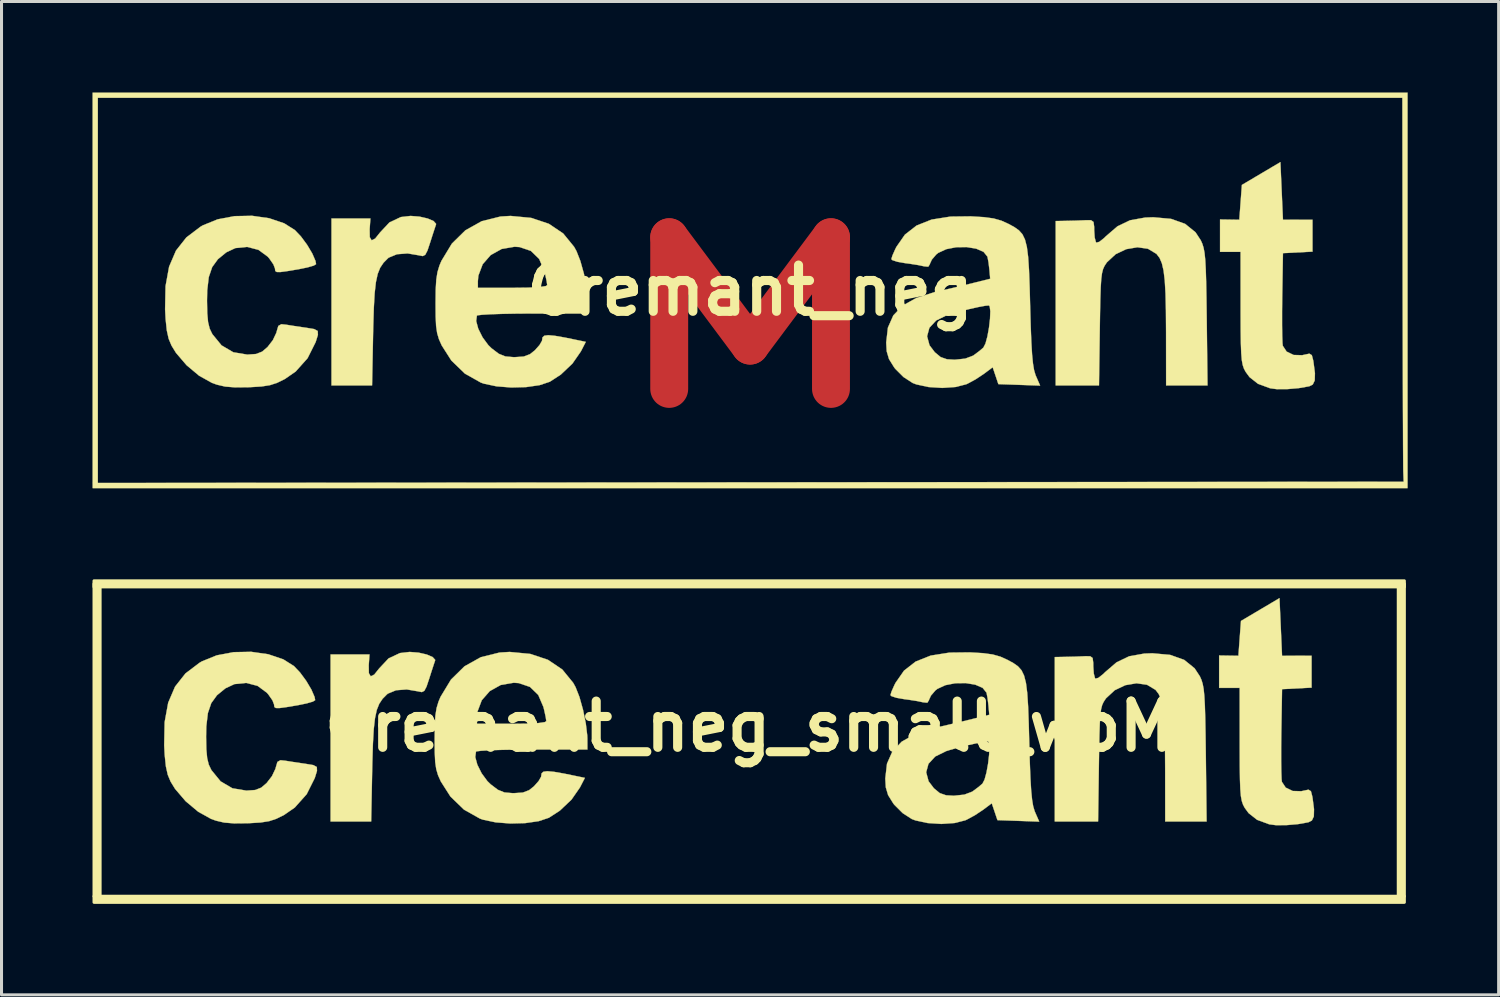
<source format=kicad_pcb>
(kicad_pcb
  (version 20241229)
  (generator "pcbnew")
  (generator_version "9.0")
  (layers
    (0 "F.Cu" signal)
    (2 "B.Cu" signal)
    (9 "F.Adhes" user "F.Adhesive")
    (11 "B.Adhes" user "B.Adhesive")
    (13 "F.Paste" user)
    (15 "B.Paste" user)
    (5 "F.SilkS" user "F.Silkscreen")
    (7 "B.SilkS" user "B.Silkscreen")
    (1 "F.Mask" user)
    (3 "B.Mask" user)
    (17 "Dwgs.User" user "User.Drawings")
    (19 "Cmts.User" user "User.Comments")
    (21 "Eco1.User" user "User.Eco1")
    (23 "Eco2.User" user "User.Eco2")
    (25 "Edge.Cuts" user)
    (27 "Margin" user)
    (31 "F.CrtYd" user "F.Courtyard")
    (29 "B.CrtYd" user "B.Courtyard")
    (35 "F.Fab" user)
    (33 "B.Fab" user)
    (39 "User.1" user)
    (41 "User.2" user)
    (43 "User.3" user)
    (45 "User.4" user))
  (footprint "Cremant_neg_small_woM"
    (layer "F.Cu")
    (at 21.65 20.899)
    (property "Reference" "Cremant_neg_small_woM" (at 0 0 0) (layer "F.SilkS") (effects (font (size 1.524 1.524) (thickness 0.3))))
    (attr through_hole)
    (fp_poly (pts (xy 4 4) (xy -4 4) (xy -4 -3) (xy 4 -3)) (stroke (width 0.1) (type solid)) (fill yes) (layer "F.Mask"))
    (fp_poly (pts (xy -21.4 5.6) (xy -21.6 5.6) (xy -21.6 -4.7) (xy -21.4 -4.7)) (stroke (width 0.1) (type solid)) (fill yes) (layer "F.SilkS"))
    (fp_poly (pts (xy 21.6 -4.6) (xy -21.6 -4.6) (xy -21.6 -4.8) (xy 21.6 -4.8)) (stroke (width 0.1) (type solid)) (fill yes) (layer "F.SilkS"))
    (fp_poly (pts (xy 21.6 5.6) (xy 21.4 5.6) (xy 21.4 -4.7) (xy 21.6 -4.7)) (stroke (width 0.1) (type solid)) (fill yes) (layer "F.SilkS"))
    (fp_poly (pts (xy 21.6 5.8) (xy -21.6 5.8) (xy -21.6 5.6) (xy 21.6 5.6)) (stroke (width 0.1) (type solid)) (fill yes) (layer "F.SilkS"))
    (fp_poly (pts (xy -10.9 -2.432) (xy -10.633 -2.371) (xy -10.436 -2.287) (xy -10.353 -2.195) (xy -10.356 -2.17) (xy -10.399 -2.042) (xy -10.475 -1.809) (xy -10.547 -1.583) (xy -10.637 -1.313) (xy -10.71 -1.173) (xy -10.792 -1.131) (xy -10.912 -1.154) (xy -10.918 -1.156) (xy -11.291 -1.219) (xy -11.643 -1.192) (xy -11.912 -1.081) (xy -11.945 -1.054) (xy -12.086 -0.911) (xy -12.196 -0.748) (xy -12.278 -0.543) (xy -12.337 -0.27) (xy -12.378 0.093) (xy -12.405 0.57) (xy -12.424 1.185) (xy -12.429 1.418) (xy -12.463 3.133) (xy -13.801 3.133) (xy -13.801 -2.371) (xy -12.518 -2.371) (xy -12.543 -2.017) (xy -12.539 -1.755) (xy -12.478 -1.651) (xy -12.362 -1.708) (xy -12.199 -1.911) (xy -11.89 -2.241) (xy -11.514 -2.418) (xy -11.193 -2.455) (xy -10.9 -2.432)) (stroke (width 0.01) (type solid)) (fill yes) (layer "F.SilkS"))
    (fp_poly (pts (xy 17.526 -3.279) (xy 17.568 -2.328) (xy 18.542 -2.33) (xy 18.542 -1.278) (xy 17.568 -1.228) (xy 17.544 0.212) (xy 17.539 0.7) (xy 17.539 1.139) (xy 17.544 1.496) (xy 17.553 1.74) (xy 17.563 1.827) (xy 17.689 2.018) (xy 17.92 2.129) (xy 18.202 2.137) (xy 18.273 2.121) (xy 18.439 2.086) (xy 18.52 2.136) (xy 18.565 2.307) (xy 18.574 2.358) (xy 18.622 2.729) (xy 18.616 2.968) (xy 18.551 3.103) (xy 18.436 3.161) (xy 18.091 3.222) (xy 17.71 3.255) (xy 17.363 3.256) (xy 17.145 3.227) (xy 16.746 3.08) (xy 16.465 2.859) (xy 16.336 2.683) (xy 16.282 2.58) (xy 16.241 2.46) (xy 16.211 2.297) (xy 16.192 2.067) (xy 16.18 1.747) (xy 16.174 1.312) (xy 16.172 0.738) (xy 16.172 0.572) (xy 16.171 -1.27) (xy 15.494 -1.27) (xy 15.494 -2.338) (xy 16.129 -2.328) (xy 16.171 -2.903) (xy 16.214 -3.477) (xy 16.849 -3.853) (xy 17.484 -4.229) (xy 17.526 -3.279)) (stroke (width 0.01) (type solid)) (fill yes) (layer "F.SilkS"))
    (fp_poly (pts (xy 13.879 -2.358) (xy 14.341 -2.194) (xy 14.685 -1.916) (xy 14.859 -1.651) (xy 14.911 -1.535) (xy 14.951 -1.404) (xy 14.983 -1.236) (xy 15.006 -1.009) (xy 15.023 -0.7) (xy 15.036 -0.288) (xy 15.046 0.25) (xy 15.055 0.91) (xy 15.081 3.133) (xy 13.716 3.133) (xy 13.714 1.376) (xy 13.709 0.666) (xy 13.696 0.105) (xy 13.671 -0.328) (xy 13.632 -0.654) (xy 13.576 -0.893) (xy 13.502 -1.067) (xy 13.405 -1.195) (xy 13.396 -1.205) (xy 13.116 -1.373) (xy 12.77 -1.422) (xy 12.4 -1.359) (xy 12.052 -1.193) (xy 11.768 -0.93) (xy 11.746 -0.9) (xy 11.684 -0.805) (xy 11.637 -0.702) (xy 11.602 -0.565) (xy 11.577 -0.372) (xy 11.56 -0.098) (xy 11.547 0.281) (xy 11.537 0.788) (xy 11.53 1.249) (xy 11.503 3.133) (xy 10.075 3.133) (xy 10.075 -2.286) (xy 10.435 -2.293) (xy 10.741 -2.3) (xy 11.03 -2.312) (xy 11.07 -2.314) (xy 11.243 -2.313) (xy 11.323 -2.256) (xy 11.344 -2.096) (xy 11.345 -1.973) (xy 11.361 -1.743) (xy 11.4 -1.595) (xy 11.417 -1.574) (xy 11.514 -1.602) (xy 11.67 -1.725) (xy 11.735 -1.789) (xy 12.112 -2.113) (xy 12.528 -2.312) (xy 13.026 -2.401) (xy 13.293 -2.411) (xy 13.879 -2.358)) (stroke (width 0.01) (type solid)) (fill yes) (layer "F.SilkS"))
    (fp_poly (pts (xy -15.856 -2.379) (xy -15.36 -2.211) (xy -15.007 -1.988) (xy -14.807 -1.777) (xy -14.605 -1.503) (xy -14.435 -1.217) (xy -14.329 -0.972) (xy -14.309 -0.865) (xy -14.385 -0.818) (xy -14.588 -0.759) (xy -14.873 -0.7) (xy -14.903 -0.695) (xy -15.261 -0.635) (xy -15.484 -0.605) (xy -15.605 -0.606) (xy -15.654 -0.639) (xy -15.663 -0.706) (xy -15.663 -0.718) (xy -15.716 -0.857) (xy -15.849 -1.049) (xy -15.901 -1.11) (xy -16.209 -1.337) (xy -16.582 -1.434) (xy -16.97 -1.395) (xy -17.267 -1.256) (xy -17.546 -1.028) (xy -17.735 -0.768) (xy -17.847 -0.438) (xy -17.898 -0.002) (xy -17.905 0.34) (xy -17.897 0.755) (xy -17.87 1.047) (xy -17.817 1.261) (xy -17.731 1.44) (xy -17.427 1.812) (xy -17.038 2.04) (xy -16.576 2.117) (xy -16.289 2.097) (xy -16.089 2.02) (xy -15.91 1.868) (xy -15.734 1.64) (xy -15.618 1.395) (xy -15.608 1.353) (xy -15.554 1.171) (xy -15.454 1.115) (xy -15.291 1.132) (xy -15.041 1.172) (xy -14.73 1.218) (xy -14.626 1.233) (xy -14.371 1.275) (xy -14.255 1.338) (xy -14.249 1.466) (xy -14.322 1.702) (xy -14.589 2.235) (xy -14.982 2.675) (xy -15.338 2.921) (xy -15.591 3.046) (xy -15.828 3.124) (xy -16.107 3.168) (xy -16.488 3.191) (xy -16.552 3.193) (xy -16.983 3.197) (xy -17.306 3.171) (xy -17.578 3.108) (xy -17.742 3.049) (xy -18.166 2.813) (xy -18.58 2.466) (xy -18.928 2.059) (xy -19.075 1.82) (xy -19.169 1.596) (xy -19.231 1.318) (xy -19.27 0.944) (xy -19.287 0.625) (xy -19.272 -0.141) (xy -19.155 -0.782) (xy -18.928 -1.312) (xy -18.586 -1.746) (xy -18.122 -2.098) (xy -18.044 -2.144) (xy -17.554 -2.343) (xy -16.997 -2.448) (xy -16.417 -2.459) (xy -15.856 -2.379)) (stroke (width 0.01) (type solid)) (fill yes) (layer "F.SilkS"))
    (fp_poly (pts (xy -7.217 -2.39) (xy -6.636 -2.196) (xy -6.162 -1.877) (xy -5.802 -1.436) (xy -5.724 -1.295) (xy -5.596 -0.97) (xy -5.478 -0.547) (xy -5.387 -0.101) (xy -5.339 0.298) (xy -5.335 0.402) (xy -5.334 0.762) (xy -7.149 0.762) (xy -7.686 0.765) (xy -8.164 0.774) (xy -8.558 0.787) (xy -8.842 0.804) (xy -8.991 0.823) (xy -9.007 0.831) (xy -9.031 1.01) (xy -8.962 1.265) (xy -8.822 1.545) (xy -8.633 1.802) (xy -8.525 1.908) (xy -8.285 2.09) (xy -8.07 2.177) (xy -7.797 2.201) (xy -7.758 2.201) (xy -7.462 2.181) (xy -7.255 2.102) (xy -7.095 1.974) (xy -6.942 1.801) (xy -6.861 1.661) (xy -6.858 1.64) (xy -6.844 1.548) (xy -6.784 1.494) (xy -6.657 1.477) (xy -6.436 1.497) (xy -6.1 1.556) (xy -5.623 1.654) (xy -5.608 1.657) (xy -5.417 1.697) (xy -5.58 2.013) (xy -5.857 2.412) (xy -6.24 2.775) (xy -6.604 3.012) (xy -6.941 3.124) (xy -7.384 3.188) (xy -7.876 3.201) (xy -8.359 3.163) (xy -8.777 3.075) (xy -8.878 3.039) (xy -9.404 2.743) (xy -9.85 2.311) (xy -10.167 1.814) (xy -10.258 1.61) (xy -10.317 1.411) (xy -10.352 1.175) (xy -10.367 0.857) (xy -10.37 0.423) (xy -10.365 -0.028) (xy -10.349 -0.305) (xy -8.975 -0.305) (xy -8.975 -0.085) (xy -7.832 -0.085) (xy -7.31 -0.091) (xy -6.943 -0.111) (xy -6.736 -0.142) (xy -6.689 -0.174) (xy -6.708 -0.305) (xy -6.757 -0.532) (xy -6.784 -0.641) (xy -6.954 -1.037) (xy -7.227 -1.302) (xy -7.597 -1.428) (xy -7.765 -1.439) (xy -8.191 -1.366) (xy -8.552 -1.165) (xy -8.817 -0.862) (xy -8.959 -0.486) (xy -8.975 -0.305) (xy -10.349 -0.305) (xy -10.346 -0.355) (xy -10.307 -0.602) (xy -10.243 -0.815) (xy -10.176 -0.974) (xy -9.831 -1.544) (xy -9.385 -1.982) (xy -8.847 -2.282) (xy -8.23 -2.435) (xy -7.898 -2.455) (xy -7.217 -2.39)) (stroke (width 0.01) (type solid)) (fill yes) (layer "F.SilkS"))
    (fp_poly (pts (xy 7.711 -2.415) (xy 8.027 -2.372) (xy 8.282 -2.3) (xy 8.516 -2.194) (xy 8.709 -2.089) (xy 8.861 -1.982) (xy 8.978 -1.851) (xy 9.063 -1.675) (xy 9.125 -1.432) (xy 9.167 -1.103) (xy 9.196 -0.665) (xy 9.217 -0.096) (xy 9.233 0.508) (xy 9.252 1.185) (xy 9.273 1.714) (xy 9.297 2.117) (xy 9.327 2.415) (xy 9.363 2.631) (xy 9.409 2.786) (xy 9.422 2.819) (xy 9.562 3.139) (xy 8.185 3.09) (xy 8.092 2.813) (xy 7.998 2.535) (xy 7.703 2.755) (xy 7.439 2.93) (xy 7.167 3.077) (xy 7.123 3.096) (xy 6.773 3.185) (xy 6.337 3.215) (xy 5.884 3.186) (xy 5.484 3.1) (xy 5.36 3.053) (xy 5.058 2.857) (xy 4.783 2.582) (xy 4.747 2.534) (xy 4.58 2.265) (xy 4.504 2.009) (xy 4.487 1.72) (xy 4.511 1.512) (xy 5.835 1.512) (xy 5.915 1.809) (xy 6.089 2.039) (xy 6.283 2.199) (xy 6.491 2.271) (xy 6.748 2.286) (xy 7.094 2.249) (xy 7.356 2.15) (xy 7.368 2.141) (xy 7.561 1.997) (xy 7.691 1.886) (xy 7.76 1.752) (xy 7.824 1.517) (xy 7.876 1.229) (xy 7.91 0.936) (xy 7.92 0.687) (xy 7.9 0.528) (xy 7.874 0.496) (xy 7.757 0.506) (xy 7.525 0.549) (xy 7.225 0.616) (xy 6.905 0.696) (xy 6.613 0.777) (xy 6.498 0.813) (xy 6.134 0.992) (xy 5.911 1.233) (xy 5.835 1.512) (xy 4.511 1.512) (xy 4.544 1.227) (xy 4.722 0.825) (xy 5.03 0.502) (xy 5.479 0.25) (xy 6.079 0.058) (xy 6.182 0.034) (xy 6.593 -0.06) (xy 7.033 -0.164) (xy 7.366 -0.246) (xy 7.916 -0.383) (xy 7.89 -0.678) (xy 7.861 -0.921) (xy 7.826 -1.106) (xy 7.824 -1.113) (xy 7.697 -1.271) (xy 7.454 -1.376) (xy 7.138 -1.428) (xy 6.794 -1.423) (xy 6.467 -1.359) (xy 6.202 -1.236) (xy 6.138 -1.185) (xy 5.993 -1.016) (xy 5.927 -0.873) (xy 5.927 -0.864) (xy 5.873 -0.781) (xy 5.736 -0.794) (xy 5.542 -0.835) (xy 5.26 -0.879) (xy 5.101 -0.9) (xy 4.853 -0.944) (xy 4.692 -0.997) (xy 4.657 -1.031) (xy 4.692 -1.148) (xy 4.782 -1.351) (xy 4.822 -1.432) (xy 5.105 -1.839) (xy 5.489 -2.138) (xy 5.985 -2.335) (xy 6.604 -2.433) (xy 7.279 -2.441) (xy 7.711 -2.415)) (stroke (width 0.01) (type solid)) (fill yes) (layer "F.SilkS")))
  (footprint "Cremant_neg"
    (layer "F.Cu")
    (at 21.68 6.524)
    (property "Reference" "Cremant_neg" (at 0 0 0) (layer "F.SilkS") (effects (font (size 1.524 1.524) (thickness 0.3))))
    (attr through_hole)
    (fp_poly (pts (xy 4 4) (xy -4 4) (xy -4 -3) (xy 4 -3)) (stroke (width 0.1) (type solid)) (fill yes) (layer "F.Mask"))
    (fp_poly (pts (xy 21.675 6.519) (xy -21.675 6.519) (xy -21.675 -6.35) (xy -21.505 -6.35) (xy -21.505 6.349) (xy 21.548 6.308) (xy 21.535 5.969) (xy 21.533 5.829) (xy 21.531 5.535) (xy 21.528 5.1) (xy 21.526 4.539) (xy 21.523 3.867) (xy 21.521 3.098) (xy 21.519 2.247) (xy 21.517 1.328) (xy 21.515 0.356) (xy 21.514 -0.36) (xy 21.505 -6.35) (xy -21.505 -6.35) (xy -21.675 -6.35) (xy -21.675 -6.519) (xy 21.675 -6.519) (xy 21.675 6.519)) (stroke (width 0.01) (type solid)) (fill yes) (layer "F.SilkS"))
    (fp_poly (pts (xy -10.9 -2.432) (xy -10.633 -2.371) (xy -10.436 -2.287) (xy -10.353 -2.195) (xy -10.356 -2.17) (xy -10.399 -2.042) (xy -10.475 -1.809) (xy -10.547 -1.583) (xy -10.637 -1.313) (xy -10.71 -1.173) (xy -10.792 -1.131) (xy -10.912 -1.154) (xy -10.918 -1.156) (xy -11.291 -1.219) (xy -11.643 -1.192) (xy -11.912 -1.081) (xy -11.945 -1.054) (xy -12.086 -0.911) (xy -12.196 -0.748) (xy -12.278 -0.543) (xy -12.337 -0.27) (xy -12.378 0.093) (xy -12.405 0.57) (xy -12.424 1.185) (xy -12.429 1.418) (xy -12.463 3.133) (xy -13.801 3.133) (xy -13.801 -2.371) (xy -12.518 -2.371) (xy -12.543 -2.017) (xy -12.539 -1.755) (xy -12.478 -1.651) (xy -12.362 -1.708) (xy -12.199 -1.911) (xy -11.89 -2.241) (xy -11.514 -2.418) (xy -11.193 -2.455) (xy -10.9 -2.432)) (stroke (width 0.01) (type solid)) (fill yes) (layer "F.SilkS"))
    (fp_poly (pts (xy 17.526 -3.279) (xy 17.568 -2.328) (xy 18.542 -2.33) (xy 18.542 -1.278) (xy 17.568 -1.228) (xy 17.544 0.212) (xy 17.539 0.7) (xy 17.539 1.139) (xy 17.544 1.496) (xy 17.553 1.74) (xy 17.563 1.827) (xy 17.689 2.018) (xy 17.92 2.129) (xy 18.202 2.137) (xy 18.273 2.121) (xy 18.439 2.086) (xy 18.52 2.136) (xy 18.565 2.307) (xy 18.574 2.358) (xy 18.622 2.729) (xy 18.616 2.968) (xy 18.551 3.103) (xy 18.436 3.161) (xy 18.091 3.222) (xy 17.71 3.255) (xy 17.363 3.256) (xy 17.145 3.227) (xy 16.746 3.08) (xy 16.465 2.859) (xy 16.336 2.683) (xy 16.282 2.58) (xy 16.241 2.46) (xy 16.211 2.297) (xy 16.192 2.067) (xy 16.18 1.747) (xy 16.174 1.312) (xy 16.172 0.738) (xy 16.172 0.572) (xy 16.171 -1.27) (xy 15.494 -1.27) (xy 15.494 -2.338) (xy 16.129 -2.328) (xy 16.171 -2.903) (xy 16.214 -3.477) (xy 16.849 -3.853) (xy 17.484 -4.229) (xy 17.526 -3.279)) (stroke (width 0.01) (type solid)) (fill yes) (layer "F.SilkS"))
    (fp_poly (pts (xy 13.879 -2.358) (xy 14.341 -2.194) (xy 14.685 -1.916) (xy 14.859 -1.651) (xy 14.911 -1.535) (xy 14.951 -1.404) (xy 14.983 -1.236) (xy 15.006 -1.009) (xy 15.023 -0.7) (xy 15.036 -0.288) (xy 15.046 0.25) (xy 15.055 0.91) (xy 15.081 3.133) (xy 13.716 3.133) (xy 13.714 1.376) (xy 13.709 0.666) (xy 13.696 0.105) (xy 13.671 -0.328) (xy 13.632 -0.654) (xy 13.576 -0.893) (xy 13.502 -1.067) (xy 13.405 -1.195) (xy 13.396 -1.205) (xy 13.116 -1.373) (xy 12.77 -1.422) (xy 12.4 -1.359) (xy 12.052 -1.193) (xy 11.768 -0.93) (xy 11.746 -0.9) (xy 11.684 -0.805) (xy 11.637 -0.702) (xy 11.602 -0.565) (xy 11.577 -0.372) (xy 11.56 -0.098) (xy 11.547 0.281) (xy 11.537 0.788) (xy 11.53 1.249) (xy 11.503 3.133) (xy 10.075 3.133) (xy 10.075 -2.286) (xy 10.435 -2.293) (xy 10.741 -2.3) (xy 11.03 -2.312) (xy 11.07 -2.314) (xy 11.243 -2.313) (xy 11.323 -2.256) (xy 11.344 -2.096) (xy 11.345 -1.973) (xy 11.361 -1.743) (xy 11.4 -1.595) (xy 11.417 -1.574) (xy 11.514 -1.602) (xy 11.67 -1.725) (xy 11.735 -1.789) (xy 12.112 -2.113) (xy 12.528 -2.312) (xy 13.026 -2.401) (xy 13.293 -2.411) (xy 13.879 -2.358)) (stroke (width 0.01) (type solid)) (fill yes) (layer "F.SilkS"))
    (fp_poly (pts (xy -15.856 -2.379) (xy -15.36 -2.211) (xy -15.007 -1.988) (xy -14.807 -1.777) (xy -14.605 -1.503) (xy -14.435 -1.217) (xy -14.329 -0.972) (xy -14.309 -0.865) (xy -14.385 -0.818) (xy -14.588 -0.759) (xy -14.873 -0.7) (xy -14.903 -0.695) (xy -15.261 -0.635) (xy -15.484 -0.605) (xy -15.605 -0.606) (xy -15.654 -0.639) (xy -15.663 -0.706) (xy -15.663 -0.718) (xy -15.716 -0.857) (xy -15.849 -1.049) (xy -15.901 -1.11) (xy -16.209 -1.337) (xy -16.582 -1.434) (xy -16.97 -1.395) (xy -17.267 -1.256) (xy -17.546 -1.028) (xy -17.735 -0.768) (xy -17.847 -0.438) (xy -17.898 -0.002) (xy -17.905 0.34) (xy -17.897 0.755) (xy -17.87 1.047) (xy -17.817 1.261) (xy -17.731 1.44) (xy -17.427 1.812) (xy -17.038 2.04) (xy -16.576 2.117) (xy -16.289 2.097) (xy -16.089 2.02) (xy -15.91 1.868) (xy -15.734 1.64) (xy -15.618 1.395) (xy -15.608 1.353) (xy -15.554 1.171) (xy -15.454 1.115) (xy -15.291 1.132) (xy -15.041 1.172) (xy -14.73 1.218) (xy -14.626 1.233) (xy -14.371 1.275) (xy -14.255 1.338) (xy -14.249 1.466) (xy -14.322 1.702) (xy -14.589 2.235) (xy -14.982 2.675) (xy -15.338 2.921) (xy -15.591 3.046) (xy -15.828 3.124) (xy -16.107 3.168) (xy -16.488 3.191) (xy -16.552 3.193) (xy -16.983 3.197) (xy -17.306 3.171) (xy -17.578 3.108) (xy -17.742 3.049) (xy -18.166 2.813) (xy -18.58 2.466) (xy -18.928 2.059) (xy -19.075 1.82) (xy -19.169 1.596) (xy -19.231 1.318) (xy -19.27 0.944) (xy -19.287 0.625) (xy -19.272 -0.141) (xy -19.155 -0.782) (xy -18.928 -1.312) (xy -18.586 -1.746) (xy -18.122 -2.098) (xy -18.044 -2.144) (xy -17.554 -2.343) (xy -16.997 -2.448) (xy -16.417 -2.459) (xy -15.856 -2.379)) (stroke (width 0.01) (type solid)) (fill yes) (layer "F.SilkS"))
    (fp_poly (pts (xy -7.217 -2.39) (xy -6.636 -2.196) (xy -6.162 -1.877) (xy -5.802 -1.436) (xy -5.724 -1.295) (xy -5.596 -0.97) (xy -5.478 -0.547) (xy -5.387 -0.101) (xy -5.339 0.298) (xy -5.335 0.402) (xy -5.334 0.762) (xy -7.149 0.762) (xy -7.686 0.765) (xy -8.164 0.774) (xy -8.558 0.787) (xy -8.842 0.804) (xy -8.991 0.823) (xy -9.007 0.831) (xy -9.031 1.01) (xy -8.962 1.265) (xy -8.822 1.545) (xy -8.633 1.802) (xy -8.525 1.908) (xy -8.285 2.09) (xy -8.07 2.177) (xy -7.797 2.201) (xy -7.758 2.201) (xy -7.462 2.181) (xy -7.255 2.102) (xy -7.095 1.974) (xy -6.942 1.801) (xy -6.861 1.661) (xy -6.858 1.64) (xy -6.844 1.548) (xy -6.784 1.494) (xy -6.657 1.477) (xy -6.436 1.497) (xy -6.1 1.556) (xy -5.623 1.654) (xy -5.608 1.657) (xy -5.417 1.697) (xy -5.58 2.013) (xy -5.857 2.412) (xy -6.24 2.775) (xy -6.604 3.012) (xy -6.941 3.124) (xy -7.384 3.188) (xy -7.876 3.201) (xy -8.359 3.163) (xy -8.777 3.075) (xy -8.878 3.039) (xy -9.404 2.743) (xy -9.85 2.311) (xy -10.167 1.814) (xy -10.258 1.61) (xy -10.317 1.411) (xy -10.352 1.175) (xy -10.367 0.857) (xy -10.37 0.423) (xy -10.365 -0.028) (xy -10.349 -0.305) (xy -8.975 -0.305) (xy -8.975 -0.085) (xy -7.832 -0.085) (xy -7.31 -0.091) (xy -6.943 -0.111) (xy -6.736 -0.142) (xy -6.689 -0.174) (xy -6.708 -0.305) (xy -6.757 -0.532) (xy -6.784 -0.641) (xy -6.954 -1.037) (xy -7.227 -1.302) (xy -7.597 -1.428) (xy -7.765 -1.439) (xy -8.191 -1.366) (xy -8.552 -1.165) (xy -8.817 -0.862) (xy -8.959 -0.486) (xy -8.975 -0.305) (xy -10.349 -0.305) (xy -10.346 -0.355) (xy -10.307 -0.602) (xy -10.243 -0.815) (xy -10.176 -0.974) (xy -9.831 -1.544) (xy -9.385 -1.982) (xy -8.847 -2.282) (xy -8.23 -2.435) (xy -7.898 -2.455) (xy -7.217 -2.39)) (stroke (width 0.01) (type solid)) (fill yes) (layer "F.SilkS"))
    (fp_poly (pts (xy 7.711 -2.415) (xy 8.027 -2.372) (xy 8.282 -2.3) (xy 8.516 -2.194) (xy 8.709 -2.089) (xy 8.861 -1.982) (xy 8.978 -1.851) (xy 9.063 -1.675) (xy 9.125 -1.432) (xy 9.167 -1.103) (xy 9.196 -0.665) (xy 9.217 -0.096) (xy 9.233 0.508) (xy 9.252 1.185) (xy 9.273 1.714) (xy 9.297 2.117) (xy 9.327 2.415) (xy 9.363 2.631) (xy 9.409 2.786) (xy 9.422 2.819) (xy 9.562 3.139) (xy 8.185 3.09) (xy 8.092 2.813) (xy 7.998 2.535) (xy 7.703 2.755) (xy 7.439 2.93) (xy 7.167 3.077) (xy 7.123 3.096) (xy 6.773 3.185) (xy 6.337 3.215) (xy 5.884 3.186) (xy 5.484 3.1) (xy 5.36 3.053) (xy 5.058 2.857) (xy 4.783 2.582) (xy 4.747 2.534) (xy 4.58 2.265) (xy 4.504 2.009) (xy 4.487 1.72) (xy 4.511 1.512) (xy 5.835 1.512) (xy 5.915 1.809) (xy 6.089 2.039) (xy 6.283 2.199) (xy 6.491 2.271) (xy 6.748 2.286) (xy 7.094 2.249) (xy 7.356 2.15) (xy 7.368 2.141) (xy 7.561 1.997) (xy 7.691 1.886) (xy 7.76 1.752) (xy 7.824 1.517) (xy 7.876 1.229) (xy 7.91 0.936) (xy 7.92 0.687) (xy 7.9 0.528) (xy 7.874 0.496) (xy 7.757 0.506) (xy 7.525 0.549) (xy 7.225 0.616) (xy 6.905 0.696) (xy 6.613 0.777) (xy 6.498 0.813) (xy 6.134 0.992) (xy 5.911 1.233) (xy 5.835 1.512) (xy 4.511 1.512) (xy 4.544 1.227) (xy 4.722 0.825) (xy 5.03 0.502) (xy 5.479 0.25) (xy 6.079 0.058) (xy 6.182 0.034) (xy 6.593 -0.06) (xy 7.033 -0.164) (xy 7.366 -0.246) (xy 7.916 -0.383) (xy 7.89 -0.678) (xy 7.861 -0.921) (xy 7.826 -1.106) (xy 7.824 -1.113) (xy 7.697 -1.271) (xy 7.454 -1.376) (xy 7.138 -1.428) (xy 6.794 -1.423) (xy 6.467 -1.359) (xy 6.202 -1.236) (xy 6.138 -1.185) (xy 5.993 -1.016) (xy 5.927 -0.873) (xy 5.927 -0.864) (xy 5.873 -0.781) (xy 5.736 -0.794) (xy 5.542 -0.835) (xy 5.26 -0.879) (xy 5.101 -0.9) (xy 4.853 -0.944) (xy 4.692 -0.997) (xy 4.657 -1.031) (xy 4.692 -1.148) (xy 4.782 -1.351) (xy 4.822 -1.432) (xy 5.105 -1.839) (xy 5.489 -2.138) (xy 5.985 -2.335) (xy 6.604 -2.433) (xy 7.279 -2.441) (xy 7.711 -2.415)) (stroke (width 0.01) (type solid)) (fill yes) (layer "F.SilkS"))
    (fp_text user "M" (at 0 1 0) (layer "F.Cu") (effects (font (size 5 8) (thickness 1.25)))))
  (gr_rect
    (start -3 -3)
    (end 46.359 29.749)
    (stroke (width 0.1) (type default))
    (fill no)
    (layer "Edge.Cuts")))
</source>
